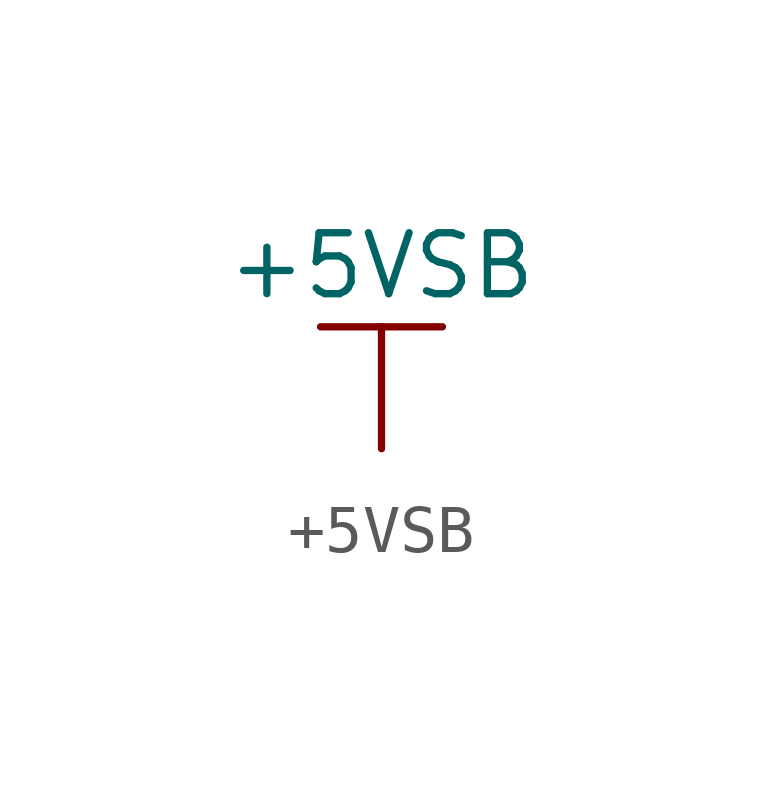
<source format=kicad_sym>
(kicad_symbol_lib
  (version 20211014)
  (generator kicad_symbol_editor)
  (symbol "+5VSB"
    (power)
    (pin_names
      (offset 0))
    (property "Reference" "#PWR"
      (at 0 -3.81 0)
      (effects (font (size 1.27 1.27)) hide))
    (property "Value" "+5VSB"
      (at 0 3.81 0)
      (effects (font (size 1.27 1.27))))
    (symbol "+5VSB_0_1"
      (polyline (pts (xy -1.27 2.54) (xy 1.27 2.54)) (stroke (width 0) (type default) (color 0 0 0 0)) (fill (type none)))
      (polyline (pts (xy 0 0) (xy 0 2.54)) (stroke (width 0) (type default) (color 0 0 0 0)) (fill (type none))))
    (symbol "+5VSB_1_1"
      (pin power_in line (at 0 0 90) (length 0) hide (name "+5VSB" (effects (font (size 1.27 1.27)))) (number "1" (effects (font (size 1.27 1.27))))))))
</source>
